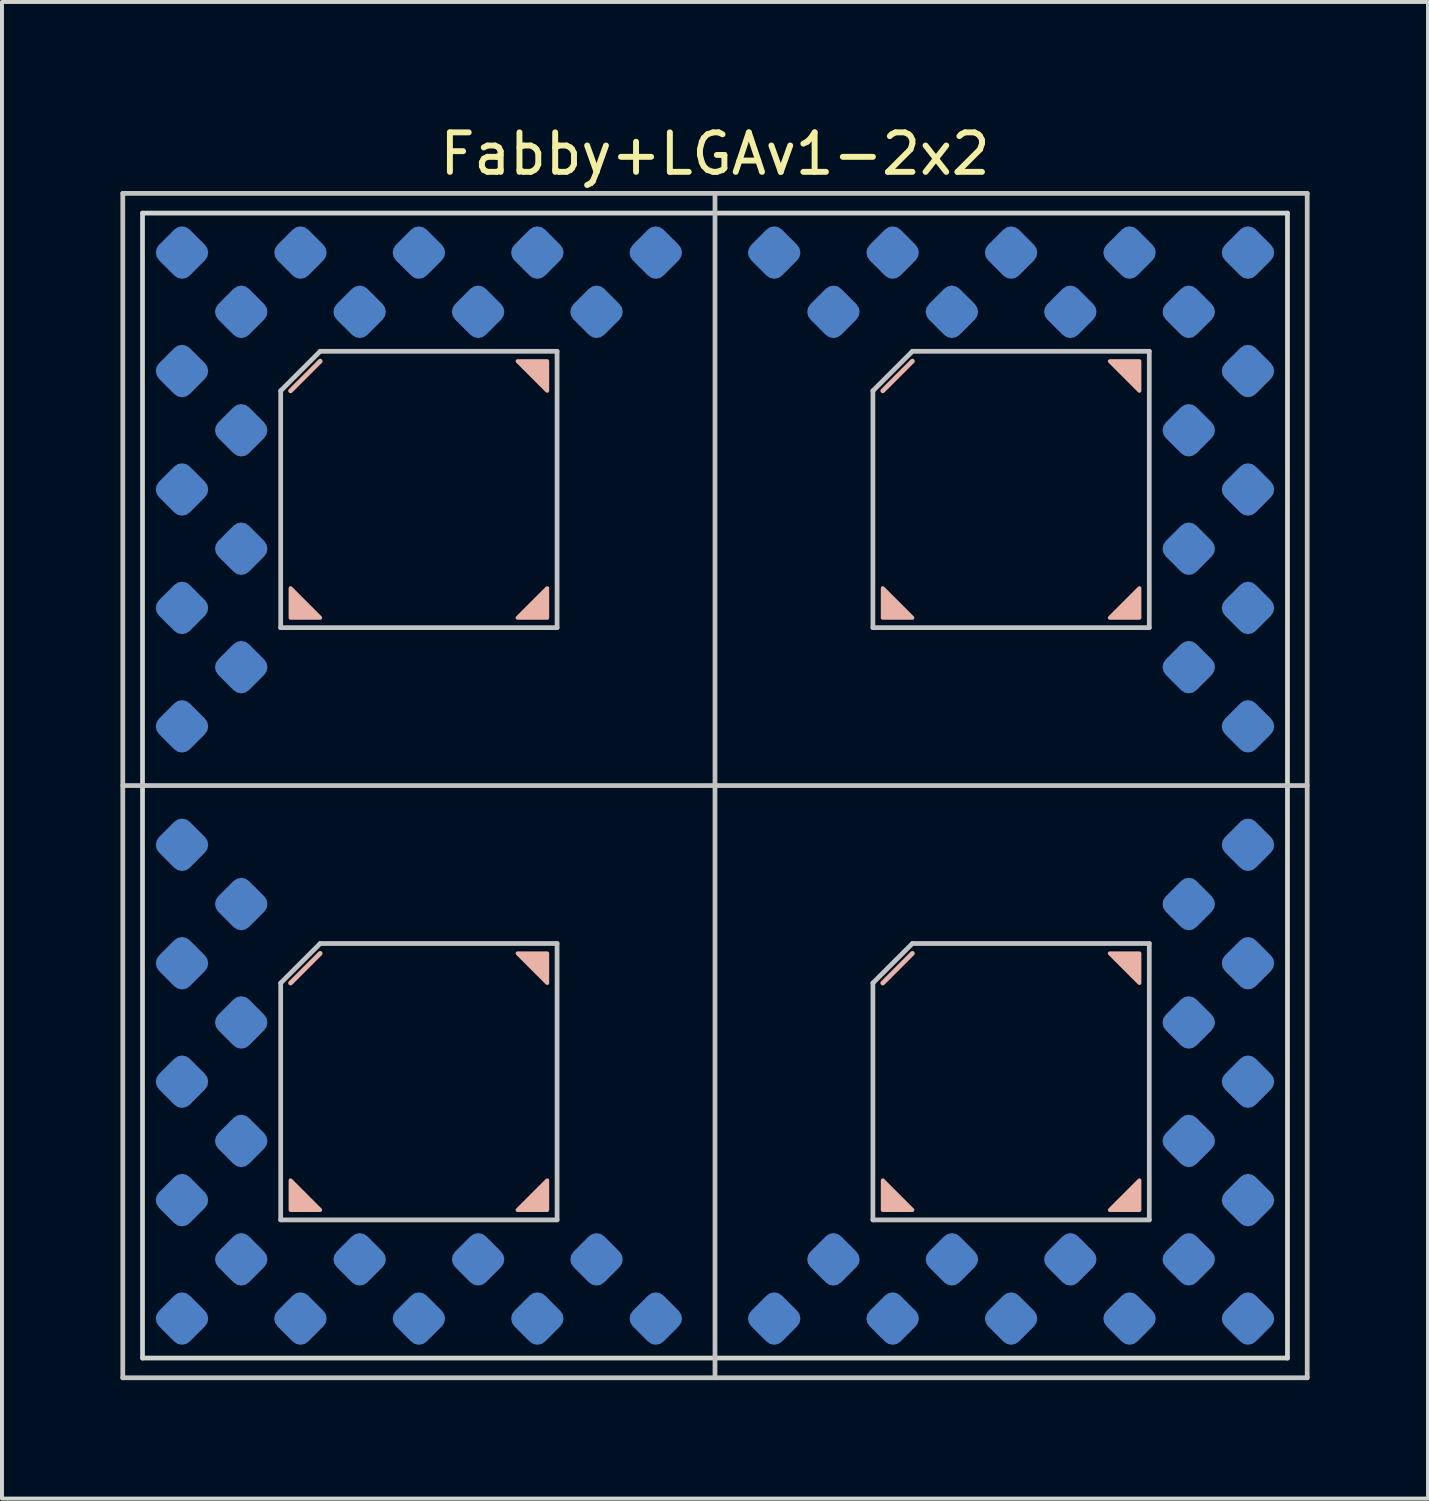
<source format=kicad_pcb>
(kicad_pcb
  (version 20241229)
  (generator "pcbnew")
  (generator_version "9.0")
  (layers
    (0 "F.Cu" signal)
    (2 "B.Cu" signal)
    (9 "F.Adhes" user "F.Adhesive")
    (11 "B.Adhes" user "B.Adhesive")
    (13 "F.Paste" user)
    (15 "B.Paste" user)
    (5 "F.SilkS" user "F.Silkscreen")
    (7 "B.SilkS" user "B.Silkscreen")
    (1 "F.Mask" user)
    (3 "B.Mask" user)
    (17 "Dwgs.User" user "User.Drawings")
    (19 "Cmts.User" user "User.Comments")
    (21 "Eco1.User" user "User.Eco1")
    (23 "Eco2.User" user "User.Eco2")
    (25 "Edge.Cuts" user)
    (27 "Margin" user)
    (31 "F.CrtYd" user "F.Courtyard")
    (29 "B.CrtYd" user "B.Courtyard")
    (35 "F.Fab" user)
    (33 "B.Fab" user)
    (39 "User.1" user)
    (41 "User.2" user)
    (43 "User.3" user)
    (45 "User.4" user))
  (footprint "Fabby+LGAv1-2x2"
    (layer "F.Cu")
    (at 15.06 16.848)
    (property "Reference" "Fabby+LGAv1-2x2" (at 0 -16 0) (layer "F.SilkS") (effects (font (size 1 1) (thickness 0.15))))
    (attr through_hole)
    (fp_line (start -10 -10.75) (end -10.75 -10) (stroke (width 0.12) (type solid)) (layer "B.SilkS"))
    (fp_line (start -10 4.25) (end -10.75 5) (stroke (width 0.12) (type solid)) (layer "B.SilkS"))
    (fp_line (start 5 -10.75) (end 4.25 -10) (stroke (width 0.12) (type solid)) (layer "B.SilkS"))
    (fp_line (start 5 4.25) (end 4.25 5) (stroke (width 0.12) (type solid)) (layer "B.SilkS"))
    (fp_poly (pts (xy -10 -4.25) (xy -10.75 -4.25) (xy -10.75 -5)) (stroke (width 0.1) (type solid)) (fill yes) (layer "B.SilkS"))
    (fp_poly (pts (xy -10 10.75) (xy -10.75 10.75) (xy -10.75 10)) (stroke (width 0.1) (type solid)) (fill yes) (layer "B.SilkS"))
    (fp_poly (pts (xy -4.25 -10) (xy -5 -10.75) (xy -4.25 -10.75)) (stroke (width 0.1) (type solid)) (fill yes) (layer "B.SilkS"))
    (fp_poly (pts (xy -4.25 -4.25) (xy -5 -4.25) (xy -4.25 -5)) (stroke (width 0.1) (type solid)) (fill yes) (layer "B.SilkS"))
    (fp_poly (pts (xy -4.25 5) (xy -5 4.25) (xy -4.25 4.25)) (stroke (width 0.1) (type solid)) (fill yes) (layer "B.SilkS"))
    (fp_poly (pts (xy -4.25 10.75) (xy -5 10.75) (xy -4.25 10)) (stroke (width 0.1) (type solid)) (fill yes) (layer "B.SilkS"))
    (fp_poly (pts (xy 5 -4.25) (xy 4.25 -4.25) (xy 4.25 -5)) (stroke (width 0.1) (type solid)) (fill yes) (layer "B.SilkS"))
    (fp_poly (pts (xy 5 10.75) (xy 4.25 10.75) (xy 4.25 10)) (stroke (width 0.1) (type solid)) (fill yes) (layer "B.SilkS"))
    (fp_poly (pts (xy 10.75 -10) (xy 10 -10.75) (xy 10.75 -10.75)) (stroke (width 0.1) (type solid)) (fill yes) (layer "B.SilkS"))
    (fp_poly (pts (xy 10.75 -4.25) (xy 10 -4.25) (xy 10.75 -5)) (stroke (width 0.1) (type solid)) (fill yes) (layer "B.SilkS"))
    (fp_poly (pts (xy 10.75 5) (xy 10 4.25) (xy 10.75 4.25)) (stroke (width 0.1) (type solid)) (fill yes) (layer "B.SilkS"))
    (fp_poly (pts (xy 10.75 10.75) (xy 10 10.75) (xy 10.75 10)) (stroke (width 0.1) (type solid)) (fill yes) (layer "B.SilkS"))
    (fp_line (start -15 -15) (end 15 -15) (stroke (width 0.12) (type solid)) (layer "Dwgs.User"))
    (fp_line (start -15 15) (end -15 -15) (stroke (width 0.12) (type solid)) (layer "Dwgs.User"))
    (fp_line (start -11 -10) (end -11 -4) (stroke (width 0.12) (type solid)) (layer "Dwgs.User"))
    (fp_line (start -11 -4) (end -4 -4) (stroke (width 0.12) (type solid)) (layer "Dwgs.User"))
    (fp_line (start -11 5) (end -11 11) (stroke (width 0.12) (type solid)) (layer "Dwgs.User"))
    (fp_line (start -11 11) (end -4 11) (stroke (width 0.12) (type solid)) (layer "Dwgs.User"))
    (fp_line (start -10 -11) (end -11 -10) (stroke (width 0.12) (type solid)) (layer "Dwgs.User"))
    (fp_line (start -10 4) (end -11 5) (stroke (width 0.12) (type solid)) (layer "Dwgs.User"))
    (fp_line (start -4 -11) (end -10 -11) (stroke (width 0.12) (type solid)) (layer "Dwgs.User"))
    (fp_line (start -4 -4) (end -4 -11) (stroke (width 0.12) (type solid)) (layer "Dwgs.User"))
    (fp_line (start -4 4) (end -10 4) (stroke (width 0.12) (type solid)) (layer "Dwgs.User"))
    (fp_line (start -4 11) (end -4 4) (stroke (width 0.12) (type solid)) (layer "Dwgs.User"))
    (fp_line (start 0 -15) (end 0 15) (stroke (width 0.12) (type solid)) (layer "Dwgs.User"))
    (fp_line (start 4 -10) (end 4 -4) (stroke (width 0.12) (type solid)) (layer "Dwgs.User"))
    (fp_line (start 4 -4) (end 11 -4) (stroke (width 0.12) (type solid)) (layer "Dwgs.User"))
    (fp_line (start 4 5) (end 4 11) (stroke (width 0.12) (type solid)) (layer "Dwgs.User"))
    (fp_line (start 4 11) (end 11 11) (stroke (width 0.12) (type solid)) (layer "Dwgs.User"))
    (fp_line (start 5 -11) (end 4 -10) (stroke (width 0.12) (type solid)) (layer "Dwgs.User"))
    (fp_line (start 5 4) (end 4 5) (stroke (width 0.12) (type solid)) (layer "Dwgs.User"))
    (fp_line (start 11 -11) (end 5 -11) (stroke (width 0.12) (type solid)) (layer "Dwgs.User"))
    (fp_line (start 11 -4) (end 11 -11) (stroke (width 0.12) (type solid)) (layer "Dwgs.User"))
    (fp_line (start 11 4) (end 5 4) (stroke (width 0.12) (type solid)) (layer "Dwgs.User"))
    (fp_line (start 11 11) (end 11 4) (stroke (width 0.12) (type solid)) (layer "Dwgs.User"))
    (fp_line (start 15 -15) (end 15 15) (stroke (width 0.12) (type solid)) (layer "Dwgs.User"))
    (fp_line (start 15 0) (end -15 0) (stroke (width 0.12) (type solid)) (layer "Dwgs.User"))
    (fp_line (start 15 15) (end -15 15) (stroke (width 0.12) (type solid)) (layer "Dwgs.User"))
    (fp_line (start -14.5 -14.5) (end 14.5 -14.5) (stroke (width 0.12) (type solid)) (layer "Edge.Cuts"))
    (fp_line (start -14.5 14.5) (end -14.5 -14.5) (stroke (width 0.12) (type solid)) (layer "Edge.Cuts"))
    (fp_line (start -14.5 14.5) (end 14.5 14.5) (stroke (width 0.12) (type solid)) (layer "Edge.Cuts"))
    (fp_line (start 14.5 -14.5) (end 14.5 14.5) (stroke (width 0.12) (type solid)) (layer "Edge.Cuts"))
    (pad "1" smd roundrect (at -13.5 -13.5 45) (size 1.1 1.1) (layers "B.Cu" "B.Mask" "B.Paste") (roundrect_rratio 0.25))
    (pad "2" smd roundrect (at -12 -12 45) (size 1.1 1.1) (layers "B.Cu" "B.Mask" "B.Paste") (roundrect_rratio 0.25))
    (pad "3" smd roundrect (at -13.5 -10.5 45) (size 1.1 1.1) (layers "B.Cu" "B.Mask" "B.Paste") (roundrect_rratio 0.25))
    (pad "4" smd roundrect (at -12 -9 45) (size 1.1 1.1) (layers "B.Cu" "B.Mask" "B.Paste") (roundrect_rratio 0.25))
    (pad "5" smd roundrect (at -13.5 -7.5 45) (size 1.1 1.1) (layers "B.Cu" "B.Mask" "B.Paste") (roundrect_rratio 0.25))
    (pad "6" smd roundrect (at -12 -6 45) (size 1.1 1.1) (layers "B.Cu" "B.Mask" "B.Paste") (roundrect_rratio 0.25))
    (pad "7" smd roundrect (at -13.5 -4.5 45) (size 1.1 1.1) (layers "B.Cu" "B.Mask" "B.Paste") (roundrect_rratio 0.25))
    (pad "8" smd roundrect (at -12 -3 45) (size 1.1 1.1) (layers "B.Cu" "B.Mask" "B.Paste") (roundrect_rratio 0.25))
    (pad "9" smd roundrect (at -13.5 -1.5 45) (size 1.1 1.1) (layers "B.Cu" "B.Mask" "B.Paste") (roundrect_rratio 0.25))
    (pad "11" smd roundrect (at -13.5 1.5 45) (size 1.1 1.1) (layers "B.Cu" "B.Mask" "B.Paste") (roundrect_rratio 0.25))
    (pad "12" smd roundrect (at -12 3 45) (size 1.1 1.1) (layers "B.Cu" "B.Mask" "B.Paste") (roundrect_rratio 0.25))
    (pad "13" smd roundrect (at -13.5 4.5 45) (size 1.1 1.1) (layers "B.Cu" "B.Mask" "B.Paste") (roundrect_rratio 0.25))
    (pad "14" smd roundrect (at -12 6 45) (size 1.1 1.1) (layers "B.Cu" "B.Mask" "B.Paste") (roundrect_rratio 0.25))
    (pad "15" smd roundrect (at -13.5 7.5 45) (size 1.1 1.1) (layers "B.Cu" "B.Mask" "B.Paste") (roundrect_rratio 0.25))
    (pad "16" smd roundrect (at -12 9 45) (size 1.1 1.1) (layers "B.Cu" "B.Mask" "B.Paste") (roundrect_rratio 0.25))
    (pad "17" smd roundrect (at -13.5 10.5 45) (size 1.1 1.1) (layers "B.Cu" "B.Mask" "B.Paste") (roundrect_rratio 0.25))
    (pad "18" smd roundrect (at -12 12 45) (size 1.1 1.1) (layers "B.Cu" "B.Mask" "B.Paste") (roundrect_rratio 0.25))
    (pad "19" smd roundrect (at -13.5 13.5 45) (size 1.1 1.1) (layers "B.Cu" "B.Mask" "B.Paste") (roundrect_rratio 0.25))
    (pad "20" smd roundrect (at -10.5 13.5 45) (size 1.1 1.1) (layers "B.Cu" "B.Mask" "B.Paste") (roundrect_rratio 0.25))
    (pad "21" smd roundrect (at -9 12 45) (size 1.1 1.1) (layers "B.Cu" "B.Mask" "B.Paste") (roundrect_rratio 0.25))
    (pad "22" smd roundrect (at -7.5 13.5 45) (size 1.1 1.1) (layers "B.Cu" "B.Mask" "B.Paste") (roundrect_rratio 0.25))
    (pad "23" smd roundrect (at -6 12 45) (size 1.1 1.1) (layers "B.Cu" "B.Mask" "B.Paste") (roundrect_rratio 0.25))
    (pad "24" smd roundrect (at -4.5 13.5 45) (size 1.1 1.1) (layers "B.Cu" "B.Mask" "B.Paste") (roundrect_rratio 0.25))
    (pad "25" smd roundrect (at -3 12 45) (size 1.1 1.1) (layers "B.Cu" "B.Mask" "B.Paste") (roundrect_rratio 0.25))
    (pad "26" smd roundrect (at -1.5 13.5 45) (size 1.1 1.1) (layers "B.Cu" "B.Mask" "B.Paste") (roundrect_rratio 0.25))
    (pad "28" smd roundrect (at 1.5 13.5 45) (size 1.1 1.1) (layers "B.Cu" "B.Mask" "B.Paste") (roundrect_rratio 0.25))
    (pad "29" smd roundrect (at 3 12 45) (size 1.1 1.1) (layers "B.Cu" "B.Mask" "B.Paste") (roundrect_rratio 0.25))
    (pad "30" smd roundrect (at 4.5 13.5 45) (size 1.1 1.1) (layers "B.Cu" "B.Mask" "B.Paste") (roundrect_rratio 0.25))
    (pad "31" smd roundrect (at 6 12 45) (size 1.1 1.1) (layers "B.Cu" "B.Mask" "B.Paste") (roundrect_rratio 0.25))
    (pad "32" smd roundrect (at 7.5 13.5 45) (size 1.1 1.1) (layers "B.Cu" "B.Mask" "B.Paste") (roundrect_rratio 0.25))
    (pad "33" smd roundrect (at 9 12 45) (size 1.1 1.1) (layers "B.Cu" "B.Mask" "B.Paste") (roundrect_rratio 0.25))
    (pad "34" smd roundrect (at 10.5 13.5 45) (size 1.1 1.1) (layers "B.Cu" "B.Mask" "B.Paste") (roundrect_rratio 0.25))
    (pad "35" smd roundrect (at 12 12 45) (size 1.1 1.1) (layers "B.Cu" "B.Mask" "B.Paste") (roundrect_rratio 0.25))
    (pad "36" smd roundrect (at 13.5 13.5 45) (size 1.1 1.1) (layers "B.Cu" "B.Mask" "B.Paste") (roundrect_rratio 0.25))
    (pad "37" smd roundrect (at 13.5 10.5 45) (size 1.1 1.1) (layers "B.Cu" "B.Mask" "B.Paste") (roundrect_rratio 0.25))
    (pad "38" smd roundrect (at 12 9 45) (size 1.1 1.1) (layers "B.Cu" "B.Mask" "B.Paste") (roundrect_rratio 0.25))
    (pad "39" smd roundrect (at 13.5 7.5 45) (size 1.1 1.1) (layers "B.Cu" "B.Mask" "B.Paste") (roundrect_rratio 0.25))
    (pad "40" smd roundrect (at 12 6 45) (size 1.1 1.1) (layers "B.Cu" "B.Mask" "B.Paste") (roundrect_rratio 0.25))
    (pad "41" smd roundrect (at 13.5 4.5 45) (size 1.1 1.1) (layers "B.Cu" "B.Mask" "B.Paste") (roundrect_rratio 0.25))
    (pad "42" smd roundrect (at 12 3 45) (size 1.1 1.1) (layers "B.Cu" "B.Mask" "B.Paste") (roundrect_rratio 0.25))
    (pad "43" smd roundrect (at 13.5 1.5 45) (size 1.1 1.1) (layers "B.Cu" "B.Mask" "B.Paste") (roundrect_rratio 0.25))
    (pad "45" smd roundrect (at 13.5 -1.5 45) (size 1.1 1.1) (layers "B.Cu" "B.Mask" "B.Paste") (roundrect_rratio 0.25))
    (pad "46" smd roundrect (at 12 -3 45) (size 1.1 1.1) (layers "B.Cu" "B.Mask" "B.Paste") (roundrect_rratio 0.25))
    (pad "47" smd roundrect (at 13.5 -4.5 45) (size 1.1 1.1) (layers "B.Cu" "B.Mask" "B.Paste") (roundrect_rratio 0.25))
    (pad "48" smd roundrect (at 12 -6 45) (size 1.1 1.1) (layers "B.Cu" "B.Mask" "B.Paste") (roundrect_rratio 0.25))
    (pad "49" smd roundrect (at 13.5 -7.5 45) (size 1.1 1.1) (layers "B.Cu" "B.Mask" "B.Paste") (roundrect_rratio 0.25))
    (pad "50" smd roundrect (at 12 -9 45) (size 1.1 1.1) (layers "B.Cu" "B.Mask" "B.Paste") (roundrect_rratio 0.25))
    (pad "51" smd roundrect (at 13.5 -10.5 45) (size 1.1 1.1) (layers "B.Cu" "B.Mask" "B.Paste") (roundrect_rratio 0.25))
    (pad "52" smd roundrect (at 12 -12 45) (size 1.1 1.1) (layers "B.Cu" "B.Mask" "B.Paste") (roundrect_rratio 0.25))
    (pad "53" smd roundrect (at 13.5 -13.5 45) (size 1.1 1.1) (layers "B.Cu" "B.Mask" "B.Paste") (roundrect_rratio 0.25))
    (pad "54" smd roundrect (at 10.5 -13.5 45) (size 1.1 1.1) (layers "B.Cu" "B.Mask" "B.Paste") (roundrect_rratio 0.25))
    (pad "55" smd roundrect (at 9 -12 45) (size 1.1 1.1) (layers "B.Cu" "B.Mask" "B.Paste") (roundrect_rratio 0.25))
    (pad "56" smd roundrect (at 7.5 -13.5 45) (size 1.1 1.1) (layers "B.Cu" "B.Mask" "B.Paste") (roundrect_rratio 0.25))
    (pad "57" smd roundrect (at 6 -12 45) (size 1.1 1.1) (layers "B.Cu" "B.Mask" "B.Paste") (roundrect_rratio 0.25))
    (pad "58" smd roundrect (at 4.5 -13.5 45) (size 1.1 1.1) (layers "B.Cu" "B.Mask" "B.Paste") (roundrect_rratio 0.25))
    (pad "59" smd roundrect (at 3 -12 45) (size 1.1 1.1) (layers "B.Cu" "B.Mask" "B.Paste") (roundrect_rratio 0.25))
    (pad "60" smd roundrect (at 1.5 -13.5 45) (size 1.1 1.1) (layers "B.Cu" "B.Mask" "B.Paste") (roundrect_rratio 0.25))
    (pad "62" smd roundrect (at -1.5 -13.5 45) (size 1.1 1.1) (layers "B.Cu" "B.Mask" "B.Paste") (roundrect_rratio 0.25))
    (pad "63" smd roundrect (at -3 -12 45) (size 1.1 1.1) (layers "B.Cu" "B.Mask" "B.Paste") (roundrect_rratio 0.25))
    (pad "64" smd roundrect (at -4.5 -13.5 45) (size 1.1 1.1) (layers "B.Cu" "B.Mask" "B.Paste") (roundrect_rratio 0.25))
    (pad "65" smd roundrect (at -6 -12 45) (size 1.1 1.1) (layers "B.Cu" "B.Mask" "B.Paste") (roundrect_rratio 0.25))
    (pad "66" smd roundrect (at -7.5 -13.5 45) (size 1.1 1.1) (layers "B.Cu" "B.Mask" "B.Paste") (roundrect_rratio 0.25))
    (pad "67" smd roundrect (at -9 -12 45) (size 1.1 1.1) (layers "B.Cu" "B.Mask" "B.Paste") (roundrect_rratio 0.25))
    (pad "68" smd roundrect (at -10.5 -13.5 45) (size 1.1 1.1) (layers "B.Cu" "B.Mask" "B.Paste") (roundrect_rratio 0.25)))
  (gr_rect
    (start -3 -3)
    (end 33.12 34.908)
    (stroke (width 0.1) (type default))
    (fill no)
    (layer "Edge.Cuts")))
</source>
